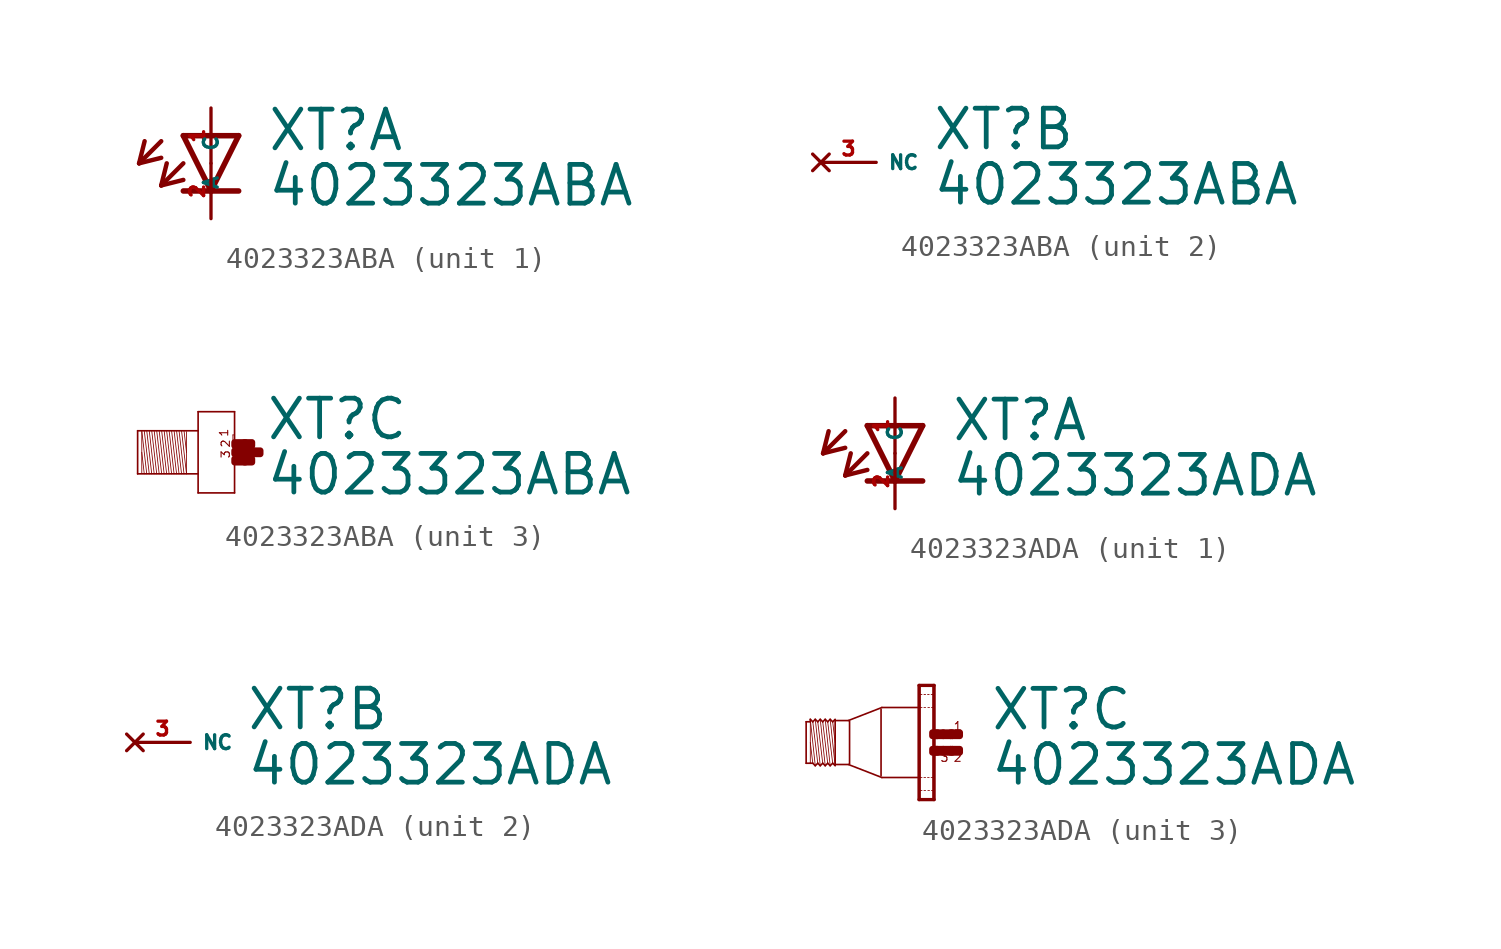
<source format=kicad_sym>
(kicad_symbol_lib
  (version 20220914)
  (generator Eagle2Kicad)
  (symbol "4023323ABA"
    (property "Reference" "XT"
      (at 2.54 0.483 0)
      (effects (font (size 1.778 1.778) (thickness 0.22)) (justify left bottom)))
    (property "Value" "4023323ABA"
      (at 2.54 -2.057 0)
      (effects (font (size 1.778 1.778) (thickness 0.22)) (justify left bottom)))
    (symbol "4023323ABA_1_0"
      (polyline (pts (xy -1.27 1.27) (xy 0 -1.27)) (stroke (width 0.254) (type default)) (fill (type none)))
      (polyline (pts (xy 0 -1.27) (xy 1.27 1.27)) (stroke (width 0.254) (type default)) (fill (type none)))
      (polyline (pts (xy 1.27 -1.27) (xy 0 -1.27)) (stroke (width 0.254) (type default)) (fill (type none)))
      (polyline (pts (xy 1.27 1.27) (xy -1.27 1.27)) (stroke (width 0.254) (type default)) (fill (type none)))
      (polyline (pts (xy 0 -1.27) (xy -1.27 -1.27)) (stroke (width 0.254) (type default)) (fill (type none)))
      (polyline (pts (xy -2.286 1.016) (xy -3.302 0)) (stroke (width 0.203) (type default)) (fill (type none)))
      (polyline (pts (xy -3.302 0) (xy -2.286 0.254)) (stroke (width 0.203) (type default)) (fill (type none)))
      (polyline (pts (xy -3.302 0) (xy -3.048 1.016)) (stroke (width 0.203) (type default)) (fill (type none)))
      (polyline (pts (xy -1.27 0) (xy -2.286 -1.016)) (stroke (width 0.203) (type default)) (fill (type none)))
      (polyline (pts (xy -2.286 -1.016) (xy -1.27 -0.762)) (stroke (width 0.203) (type default)) (fill (type none)))
      (polyline (pts (xy -2.286 -1.016) (xy -2.032 0)) (stroke (width 0.203) (type default)) (fill (type none)))
      (pin passive line (at 0 2.54 270) (length 2.54) (name "A" (effects (font (size 0.635 0.635) (thickness 0.08)) (justify left bottom))) (number "1" (effects (font (size 0.635 0.635) (thickness 0.08)) (justify left bottom))))
      (pin passive line (at 0 -2.54 90) (length 2.54) (name "C" (effects (font (size 0.635 0.635) (thickness 0.08)) (justify left bottom))) (number "2" (effects (font (size 0.635 0.635) (thickness 0.08)) (justify left bottom)))))
    (symbol "4023323ABA_2_0"
      (pin no_connect line (at -2.54 0 0) (length 2.54) (name "NC" (effects (font (size 0.635 0.635) (thickness 0.08)) (justify left bottom) hide)) (number "3" (effects (font (size 0.635 0.635) (thickness 0.08)) (justify left bottom) hide))))
    (symbol "4023323ABA_3_0"
      (polyline (pts (xy -1.067 0.953) (xy -1.067 0)) (stroke (width 0.038) (type default)) (fill (type none)))
      (polyline (pts (xy -1.067 0) (xy -1.067 -0.991)) (stroke (width 0.038) (type default)) (fill (type none)))
      (polyline (pts (xy -1.067 -0.991) (xy -1.295 0.991)) (stroke (width 0.038) (type default)) (fill (type none)))
      (polyline (pts (xy -1.181 0.991) (xy -1.067 0)) (stroke (width 0.038) (type default)) (fill (type none)))
      (polyline (pts (xy -1.181 -0.991) (xy -1.41 0.991)) (stroke (width 0.038) (type default)) (fill (type none)))
      (polyline (pts (xy -1.295 -0.991) (xy -1.524 0.991)) (stroke (width 0.038) (type default)) (fill (type none)))
      (polyline (pts (xy -1.41 -0.991) (xy -1.638 0.991)) (stroke (width 0.038) (type default)) (fill (type none)))
      (polyline (pts (xy -1.524 -0.991) (xy -1.753 0.991)) (stroke (width 0.038) (type default)) (fill (type none)))
      (polyline (pts (xy -1.638 -0.991) (xy -1.867 0.991)) (stroke (width 0.038) (type default)) (fill (type none)))
      (polyline (pts (xy -1.753 -0.991) (xy -1.981 0.991)) (stroke (width 0.038) (type default)) (fill (type none)))
      (polyline (pts (xy -1.867 -0.991) (xy -2.095 0.991)) (stroke (width 0.038) (type default)) (fill (type none)))
      (polyline (pts (xy -1.981 -0.991) (xy -2.21 0.991)) (stroke (width 0.038) (type default)) (fill (type none)))
      (polyline (pts (xy -2.095 -0.991) (xy -2.324 0.991)) (stroke (width 0.038) (type default)) (fill (type none)))
      (polyline (pts (xy -2.21 -0.991) (xy -2.438 0.991)) (stroke (width 0.038) (type default)) (fill (type none)))
      (polyline (pts (xy -2.324 -0.991) (xy -2.553 0.991)) (stroke (width 0.038) (type default)) (fill (type none)))
      (polyline (pts (xy -2.438 -0.991) (xy -2.667 0.991)) (stroke (width 0.038) (type default)) (fill (type none)))
      (polyline (pts (xy -2.553 -0.991) (xy -2.781 0.991)) (stroke (width 0.038) (type default)) (fill (type none)))
      (polyline (pts (xy -2.667 -0.991) (xy -2.896 0.991)) (stroke (width 0.038) (type default)) (fill (type none)))
      (polyline (pts (xy -2.781 -0.991) (xy -3.01 0.991)) (stroke (width 0.038) (type default)) (fill (type none)))
      (polyline (pts (xy -2.896 -0.991) (xy -3.124 0.991)) (stroke (width 0.038) (type default)) (fill (type none)))
      (polyline (pts (xy -3.124 0) (xy -3.01 -0.991)) (stroke (width 0.038) (type default)) (fill (type none)))
      (polyline (pts (xy -3.124 0.953) (xy -3.124 -0.953)) (stroke (width 0.038) (type default)) (fill (type none)))
      (polyline (pts (xy -3.315 -0.991) (xy -3.315 0.991)) (stroke (width 0.076) (type default)) (fill (type none)))
      (polyline (pts (xy -3.315 0.991) (xy -0.533 0.991)) (stroke (width 0.076) (type default)) (fill (type none)))
      (polyline (pts (xy -0.533 -0.991) (xy -3.315 -0.991)) (stroke (width 0.076) (type default)) (fill (type none)))
      (polyline (pts (xy -0.533 1.867) (xy -0.533 -1.867)) (stroke (width 0.076) (type default)) (fill (type none)))
      (polyline (pts (xy -0.533 -1.867) (xy 1.143 -1.867)) (stroke (width 0.076) (type default)) (fill (type none)))
      (polyline (pts (xy 1.143 -1.867) (xy 1.143 1.867)) (stroke (width 0.076) (type default)) (fill (type none)))
      (polyline (pts (xy 1.143 1.867) (xy -0.533 1.867)) (stroke (width 0.076) (type default)) (fill (type none)))
      (polyline (pts (xy 1.067 0.8) (xy 1.105 0.8)) (stroke (width 0.038) (type default)) (fill (type none)))
      (polyline (pts (xy 1.105 0.495) (xy 1.067 0.495)) (stroke (width 0.038) (type default)) (fill (type none)))
      (polyline (pts (xy 1.067 0.495) (xy 1.067 0.8)) (stroke (width 0.038) (type default)) (fill (type none)))
      (text "1" (at 0.876 0.686 1800) (effects (font (size 0.381 0.381) (thickness 0.05)) (justify left bottom)))
      (text "2" (at 0.953 0.191 1800) (effects (font (size 0.381 0.381) (thickness 0.05)) (justify left bottom)))
      (text "3" (at 0.953 -0.305 1800) (effects (font (size 0.381 0.381) (thickness 0.05)) (justify left bottom)))
      (rectangle (start 1.143 -0.457) (end 1.638 -0.305) (stroke (width 0.3) (type default)) (fill (type outline)))
      (rectangle (start 1.143 -0.076) (end 2.019 0.076) (stroke (width 0.3) (type default)) (fill (type outline)))
      (rectangle (start 1.6 -0.457) (end 1.943 -0.305) (stroke (width 0.3) (type default)) (fill (type outline)))
      (rectangle (start 1.981 -0.076) (end 2.324 0.076) (stroke (width 0.3) (type default)) (fill (type outline)))
      (rectangle (start 1.6 0.305) (end 1.943 0.457) (stroke (width 0.3) (type default)) (fill (type outline)))
      (rectangle (start 1.143 0.305) (end 1.638 0.457) (stroke (width 0.3) (type default)) (fill (type outline)))))
  (symbol "4023323ADA"
    (property "Reference" "XT"
      (at 2.54 0.483 0)
      (effects (font (size 1.778 1.778) (thickness 0.22)) (justify left bottom)))
    (property "Value" "4023323ADA"
      (at 2.54 -2.057 0)
      (effects (font (size 1.778 1.778) (thickness 0.22)) (justify left bottom)))
    (symbol "4023323ADA_1_0"
      (polyline (pts (xy -1.27 1.27) (xy 0 -1.27)) (stroke (width 0.254) (type default)) (fill (type none)))
      (polyline (pts (xy 0 -1.27) (xy 1.27 1.27)) (stroke (width 0.254) (type default)) (fill (type none)))
      (polyline (pts (xy 1.27 -1.27) (xy 0 -1.27)) (stroke (width 0.254) (type default)) (fill (type none)))
      (polyline (pts (xy 1.27 1.27) (xy -1.27 1.27)) (stroke (width 0.254) (type default)) (fill (type none)))
      (polyline (pts (xy 0 -1.27) (xy -1.27 -1.27)) (stroke (width 0.254) (type default)) (fill (type none)))
      (polyline (pts (xy -2.286 1.016) (xy -3.302 0)) (stroke (width 0.203) (type default)) (fill (type none)))
      (polyline (pts (xy -3.302 0) (xy -2.286 0.254)) (stroke (width 0.203) (type default)) (fill (type none)))
      (polyline (pts (xy -3.302 0) (xy -3.048 1.016)) (stroke (width 0.203) (type default)) (fill (type none)))
      (polyline (pts (xy -1.27 0) (xy -2.286 -1.016)) (stroke (width 0.203) (type default)) (fill (type none)))
      (polyline (pts (xy -2.286 -1.016) (xy -1.27 -0.762)) (stroke (width 0.203) (type default)) (fill (type none)))
      (polyline (pts (xy -2.286 -1.016) (xy -2.032 0)) (stroke (width 0.203) (type default)) (fill (type none)))
      (pin passive line (at 0 2.54 270) (length 2.54) (name "A" (effects (font (size 0.635 0.635) (thickness 0.08)) (justify left bottom))) (number "1" (effects (font (size 0.635 0.635) (thickness 0.08)) (justify left bottom))))
      (pin passive line (at 0 -2.54 90) (length 2.54) (name "C" (effects (font (size 0.635 0.635) (thickness 0.08)) (justify left bottom))) (number "2" (effects (font (size 0.635 0.635) (thickness 0.08)) (justify left bottom)))))
    (symbol "4023323ADA_2_0"
      (pin no_connect line (at -2.54 0 0) (length 2.54) (name "NC" (effects (font (size 0.635 0.635) (thickness 0.08)) (justify left bottom) hide)) (number "3" (effects (font (size 0.635 0.635) (thickness 0.08)) (justify left bottom) hide))))
    (symbol "4023323ADA_3_0"
      (polyline (pts (xy -4.548 -1.067) (xy -4.777 1.067)) (stroke (width 0.038) (type default)) (fill (type none)))
      (polyline (pts (xy -4.662 0.953) (xy -4.548 0)) (stroke (width 0.038) (type default)) (fill (type none)))
      (polyline (pts (xy -4.662 -0.953) (xy -4.891 0.953)) (stroke (width 0.038) (type default)) (fill (type none)))
      (polyline (pts (xy -4.777 -1.067) (xy -5.005 1.067)) (stroke (width 0.038) (type default)) (fill (type none)))
      (polyline (pts (xy -4.891 -0.953) (xy -5.12 0.953)) (stroke (width 0.038) (type default)) (fill (type none)))
      (polyline (pts (xy -5.005 -1.067) (xy -5.234 1.067)) (stroke (width 0.038) (type default)) (fill (type none)))
      (polyline (pts (xy -5.12 -0.953) (xy -5.348 0.953)) (stroke (width 0.038) (type default)) (fill (type none)))
      (polyline (pts (xy -5.234 -1.067) (xy -5.463 1.067)) (stroke (width 0.038) (type default)) (fill (type none)))
      (polyline (pts (xy -5.348 -0.953) (xy -5.577 0.953)) (stroke (width 0.038) (type default)) (fill (type none)))
      (polyline (pts (xy -5.463 -1.067) (xy -5.691 1.067)) (stroke (width 0.038) (type default)) (fill (type none)))
      (polyline (pts (xy -5.691 0) (xy -5.577 -0.953)) (stroke (width 0.038) (type default)) (fill (type none)))
      (polyline (pts (xy -5.691 1.029) (xy -5.691 0.953)) (stroke (width 0.038) (type default)) (fill (type none)))
      (polyline (pts (xy -5.691 0.953) (xy -5.691 -0.953)) (stroke (width 0.038) (type default)) (fill (type none)))
      (polyline (pts (xy -5.882 -0.953) (xy -5.882 0.953)) (stroke (width 0.076) (type default)) (fill (type none)))
      (polyline (pts (xy -5.882 0.953) (xy -5.691 0.953)) (stroke (width 0.076) (type default)) (fill (type none)))
      (polyline (pts (xy -5.691 0.953) (xy -5.691 1.067)) (stroke (width 0.076) (type default)) (fill (type none)))
      (polyline (pts (xy -5.691 1.067) (xy -5.577 0.953)) (stroke (width 0.076) (type default)) (fill (type none)))
      (polyline (pts (xy -5.577 0.953) (xy -5.463 1.067)) (stroke (width 0.076) (type default)) (fill (type none)))
      (polyline (pts (xy -5.463 1.067) (xy -5.348 0.953)) (stroke (width 0.076) (type default)) (fill (type none)))
      (polyline (pts (xy -5.348 0.953) (xy -5.234 1.067)) (stroke (width 0.076) (type default)) (fill (type none)))
      (polyline (pts (xy -5.234 1.067) (xy -5.12 0.953)) (stroke (width 0.076) (type default)) (fill (type none)))
      (polyline (pts (xy -5.12 0.953) (xy -5.005 1.067)) (stroke (width 0.076) (type default)) (fill (type none)))
      (polyline (pts (xy -4.777 1.067) (xy -4.662 0.953)) (stroke (width 0.076) (type default)) (fill (type none)))
      (polyline (pts (xy -4.662 0.953) (xy -4.548 1.067)) (stroke (width 0.076) (type default)) (fill (type none)))
      (polyline (pts (xy -4.548 -1.067) (xy -4.662 -0.953)) (stroke (width 0.076) (type default)) (fill (type none)))
      (polyline (pts (xy -4.662 -0.953) (xy -4.777 -1.067)) (stroke (width 0.076) (type default)) (fill (type none)))
      (polyline (pts (xy -4.777 -1.067) (xy -4.891 -0.953)) (stroke (width 0.076) (type default)) (fill (type none)))
      (polyline (pts (xy -4.891 -0.953) (xy -5.005 -1.067)) (stroke (width 0.076) (type default)) (fill (type none)))
      (polyline (pts (xy -5.005 -1.067) (xy -5.12 -0.953)) (stroke (width 0.076) (type default)) (fill (type none)))
      (polyline (pts (xy -5.12 -0.953) (xy -5.234 -1.067)) (stroke (width 0.076) (type default)) (fill (type none)))
      (polyline (pts (xy -5.234 -1.067) (xy -5.348 -0.953)) (stroke (width 0.076) (type default)) (fill (type none)))
      (polyline (pts (xy -5.348 -0.953) (xy -5.463 -1.067)) (stroke (width 0.076) (type default)) (fill (type none)))
      (polyline (pts (xy -5.463 -1.067) (xy -5.577 -0.953)) (stroke (width 0.076) (type default)) (fill (type none)))
      (polyline (pts (xy -5.577 -0.953) (xy -5.691 -0.953)) (stroke (width 0.076) (type default)) (fill (type none)))
      (polyline (pts (xy -5.691 -0.953) (xy -5.882 -0.953)) (stroke (width 0.076) (type default)) (fill (type none)))
      (polyline (pts (xy -4.548 1.029) (xy -4.548 1.01)) (stroke (width 0.076) (type default)) (fill (type none)))
      (polyline (pts (xy -4.548 1.01) (xy -4.548 -1.01)) (stroke (width 0.076) (type default)) (fill (type none)))
      (polyline (pts (xy -4.548 -1.01) (xy -4.548 -1.029)) (stroke (width 0.076) (type default)) (fill (type none)))
      (polyline (pts (xy -0.038 2.594) (xy -0.038 -2.594)) (stroke (width 0.076) (type default)) (fill (type none)))
      (polyline (pts (xy -0.038 -2.594) (xy -0.655 -2.594)) (stroke (width 0.076) (type default)) (fill (type none)))
      (polyline (pts (xy -0.655 -2.594) (xy -0.655 2.594)) (stroke (width 0.076) (type default)) (fill (type none)))
      (polyline (pts (xy -0.655 2.594) (xy -0.038 2.594)) (stroke (width 0.076) (type default)) (fill (type none)))
      (polyline (pts (xy -0.699 1.61) (xy -2.4 1.61)) (stroke (width 0.076) (type default)) (fill (type none)))
      (polyline (pts (xy -2.4 1.61) (xy -3.938 1.012)) (stroke (width 0.076) (type default)) (fill (type none)))
      (polyline (pts (xy -0.669 -1.61) (xy -2.4 -1.61)) (stroke (width 0.076) (type default)) (fill (type none)))
      (polyline (pts (xy -2.4 -1.61) (xy -3.938 -1.012)) (stroke (width 0.076) (type default)) (fill (type none)))
      (polyline (pts (xy -3.938 -1.01) (xy -4.548 -1.01)) (stroke (width 0.076) (type default)) (fill (type none)))
      (polyline (pts (xy -4.548 1.01) (xy -3.938 1.01)) (stroke (width 0.076) (type default)) (fill (type none)))
      (polyline (pts (xy -4.777 1.067) (xy -4.891 0.953)) (stroke (width 0.076) (type default)) (fill (type none)))
      (polyline (pts (xy -4.891 0.953) (xy -5.005 1.067)) (stroke (width 0.076) (type default)) (fill (type none)))
      (polyline (pts (xy 0 -2.625) (xy -0.69 -2.625)) (stroke (width 0) (type default)) (fill (type none)))
      (polyline (pts (xy 0 -2.625) (xy 0 2.625)) (stroke (width 0) (type default)) (fill (type none)))
      (polyline (pts (xy 0 2.625) (xy -0.69 2.625)) (stroke (width 0) (type default)) (fill (type none)))
      (polyline (pts (xy -0.69 2.625) (xy -0.69 -2.625)) (stroke (width 0) (type default)) (fill (type none)))
      (polyline (pts (xy -0.039 -1.605) (xy -0.135 -1.605)) (stroke (width 0.038) (type default)) (fill (type none)))
      (polyline (pts (xy -0.225 -1.605) (xy -0.3 -1.605)) (stroke (width 0.038) (type default)) (fill (type none)))
      (polyline (pts (xy -0.39 -1.605) (xy -0.465 -1.605)) (stroke (width 0.038) (type default)) (fill (type none)))
      (polyline (pts (xy -0.555 -1.605) (xy -0.633 -1.605)) (stroke (width 0.038) (type default)) (fill (type none)))
      (polyline (pts (xy -0.039 -2.205) (xy -0.12 -2.205)) (stroke (width 0.038) (type default)) (fill (type none)))
      (polyline (pts (xy -0.21 -2.205) (xy -0.285 -2.205)) (stroke (width 0.038) (type default)) (fill (type none)))
      (polyline (pts (xy -0.39 -2.205) (xy -0.465 -2.205)) (stroke (width 0.038) (type default)) (fill (type none)))
      (polyline (pts (xy -0.555 -2.205) (xy -0.633 -2.205)) (stroke (width 0.038) (type default)) (fill (type none)))
      (polyline (pts (xy -0.039 2.205) (xy -0.135 2.205)) (stroke (width 0.038) (type default)) (fill (type none)))
      (polyline (pts (xy -0.225 2.205) (xy -0.3 2.205)) (stroke (width 0.038) (type default)) (fill (type none)))
      (polyline (pts (xy -0.39 2.205) (xy -0.465 2.205)) (stroke (width 0.038) (type default)) (fill (type none)))
      (polyline (pts (xy -0.555 2.205) (xy -0.633 2.205)) (stroke (width 0.038) (type default)) (fill (type none)))
      (polyline (pts (xy -0.039 1.605) (xy -0.12 1.605)) (stroke (width 0.038) (type default)) (fill (type none)))
      (polyline (pts (xy -0.21 1.605) (xy -0.285 1.605)) (stroke (width 0.038) (type default)) (fill (type none)))
      (polyline (pts (xy -0.39 1.605) (xy -0.465 1.605)) (stroke (width 0.038) (type default)) (fill (type none)))
      (polyline (pts (xy -0.555 1.605) (xy -0.633 1.605)) (stroke (width 0.038) (type default)) (fill (type none)))
      (polyline (pts (xy -3.886 0.991) (xy -3.886 -0.991)) (stroke (width 0.076) (type default)) (fill (type none)))
      (polyline (pts (xy -2.438 1.524) (xy -2.438 -1.524)) (stroke (width 0.076) (type default)) (fill (type none)))
      (text "1" (at 0.876 0.533 0) (effects (font (size 0.381 0.381) (thickness 0.05)) (justify left bottom)))
      (text "3" (at 0.267 -0.914 0) (effects (font (size 0.381 0.381) (thickness 0.05)) (justify left bottom)))
      (text "2" (at 0.876 -0.914 0) (effects (font (size 0.381 0.381) (thickness 0.05)) (justify left bottom)))
      (rectangle (start 0.838 -0.457) (end 1.181 -0.305) (stroke (width 0.3) (type default)) (fill (type outline)))
      (rectangle (start 0.419 -0.457) (end 0.762 -0.305) (stroke (width 0.3) (type default)) (fill (type outline)))
      (rectangle (start 0.076 -0.457) (end 0.419 -0.305) (stroke (width 0.3) (type default)) (fill (type outline)))
      (rectangle (start -0.076 -0.457) (end 0.152 -0.305) (stroke (width 0.3) (type default)) (fill (type outline)))
      (rectangle (start 0.762 -0.457) (end 0.838 -0.305) (stroke (width 0.3) (type default)) (fill (type outline)))
      (rectangle (start 0.838 0.305) (end 1.181 0.457) (stroke (width 0.3) (type default)) (fill (type outline)))
      (rectangle (start 0.762 0.305) (end 0.838 0.457) (stroke (width 0.3) (type default)) (fill (type outline)))
      (rectangle (start 0.419 0.305) (end 0.762 0.457) (stroke (width 0.3) (type default)) (fill (type outline)))
      (rectangle (start 0.076 0.305) (end 0.419 0.457) (stroke (width 0.3) (type default)) (fill (type outline)))
      (rectangle (start -0.076 0.305) (end 0.152 0.457) (stroke (width 0.3) (type default)) (fill (type outline))))))
</source>
